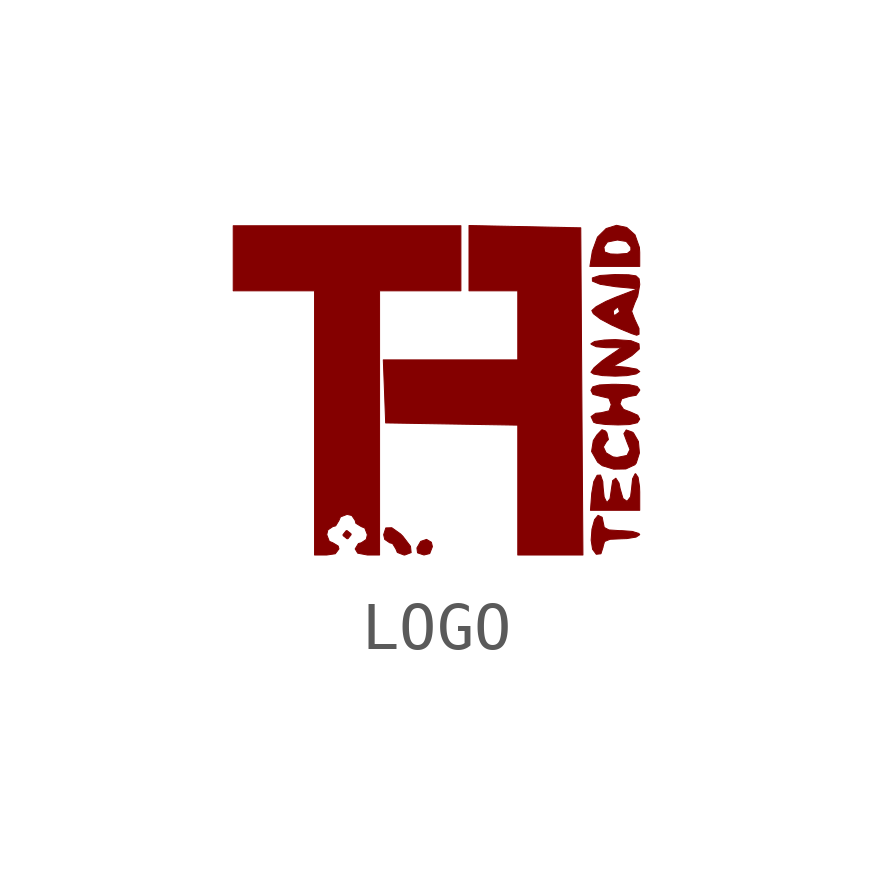
<source format=kicad_sym>
(kicad_symbol_lib
  (version 20220914)
  (generator "bitmap2component")
  (generator_version "8.0")
  (symbol "LOGO"
    (pin_names
      (offset 1.016))
    (property "Reference" "#G"
      (at 0 4.445 0)
      (effects (font (size 1.27 1.27)) hide))
    (symbol "LOGO_0_0"
      (polyline (pts (xy -2.023 -3.445) (xy -1.947 -3.344) (xy -1.962 -3.285) (xy -2.074 -3.217) (xy -2.148 -3.186) (xy -2.201 -3.048) (xy -2.178 -2.949) (xy -2.074 -2.879) (xy -2.015 -2.864) (xy -1.947 -2.752) (xy -1.916 -2.678) (xy -1.778 -2.625) (xy -1.679 -2.648) (xy -1.609 -2.752) (xy -1.594 -2.811) (xy -1.482 -2.879) (xy -1.408 -2.91) (xy -1.355 -3.048) (xy -1.378 -3.147) (xy -1.482 -3.217) (xy -1.541 -3.232) (xy -1.609 -3.344) (xy -1.556 -3.433) (xy -1.355 -3.471) (xy -1.101 -3.471) (xy -1.101 -0.72) (xy -1.101 2.032) (xy -0.254 2.032) (xy 0.593 2.032) (xy 0.593 2.709) (xy 0.593 3.387) (xy -1.778 3.387) (xy -4.149 3.387) (xy -4.149 2.709) (xy -4.149 2.032) (xy -3.302 2.032) (xy -2.455 2.032) (xy -2.455 -0.72) (xy -2.455 -3.471) (xy -2.201 -3.471) (xy -2.023 -3.445)) (stroke (width 0.01) (type default)) (fill (type outline)))
      (polyline (pts (xy -0.574 -3.471) (xy -0.443 -3.421) (xy -0.457 -3.289) (xy -0.614 -3.083) (xy -0.662 -3.034) (xy -0.846 -2.903) (xy -0.971 -2.907) (xy -1.016 -3.048) (xy -0.993 -3.147) (xy -0.889 -3.217) (xy -0.83 -3.232) (xy -0.762 -3.344) (xy -0.731 -3.418) (xy -0.593 -3.471) (xy -0.574 -3.471)) (stroke (width 0.01) (type default)) (fill (type outline)))
      (polyline (pts (xy -0.056 -3.441) (xy 0 -3.296) (xy -0.022 -3.205) (xy -0.122 -3.146) (xy -0.244 -3.187) (xy -0.323 -3.324) (xy -0.31 -3.426) (xy -0.176 -3.471) (xy -0.056 -3.441)) (stroke (width 0.01) (type default)) (fill (type outline)))
      (polyline (pts (xy 3.112 -0.064) (xy 3.09 3.344) (xy 1.926 3.368) (xy 0.762 3.392) (xy 0.762 2.712) (xy 0.762 2.032) (xy 1.27 2.032) (xy 1.778 2.032) (xy 1.778 1.312) (xy 1.778 0.593) (xy 0.377 0.593) (xy -1.023 0.593) (xy -0.998 -0.064) (xy -0.974 -0.72) (xy 0.402 -0.743) (xy 1.778 -0.766) (xy 1.778 -2.119) (xy 1.778 -3.471) (xy 2.456 -3.471) (xy 3.135 -3.471) (xy 3.112 -0.064)) (stroke (width 0.01) (type default)) (fill (type outline)))
      (polyline (pts (xy 3.51 -3.445) (xy 3.556 -3.302) (xy 3.556 -3.29) (xy 3.586 -3.19) (xy 3.699 -3.144) (xy 3.937 -3.133) (xy 4.051 -3.129) (xy 4.242 -3.098) (xy 4.318 -3.048) (xy 4.301 -3.023) (xy 4.164 -2.98) (xy 3.937 -2.963) (xy 3.893 -2.963) (xy 3.676 -2.949) (xy 3.579 -2.897) (xy 3.556 -2.787) (xy 3.536 -2.685) (xy 3.45 -2.645) (xy 3.377 -2.736) (xy 3.323 -2.932) (xy 3.306 -3.161) (xy 3.336 -3.352) (xy 3.413 -3.456) (xy 3.51 -3.445)) (stroke (width 0.01) (type default)) (fill (type outline)))
      (polyline (pts (xy -1.758 -3.13) (xy -1.693 -3.048) (xy -1.696 -3.028) (xy -1.778 -2.963) (xy -1.798 -2.966) (xy -1.863 -3.048) (xy -1.86 -3.068) (xy -1.778 -3.133) (xy -1.758 -3.13)) (stroke (width 0.01) (type default)) (fill (type outline)))
      (polyline (pts (xy 4.318 -2.159) (xy 4.314 -2.045) (xy 4.284 -1.854) (xy 4.233 -1.778) (xy 4.221 -1.781) (xy 4.169 -1.883) (xy 4.149 -2.081) (xy 4.127 -2.258) (xy 4.055 -2.352) (xy 3.97 -2.296) (xy 3.91 -2.089) (xy 3.887 -1.973) (xy 3.821 -1.871) (xy 3.755 -1.92) (xy 3.725 -2.117) (xy 3.725 -2.12) (xy 3.7 -2.297) (xy 3.641 -2.371) (xy 3.628 -2.367) (xy 3.577 -2.266) (xy 3.556 -2.067) (xy 3.549 -1.942) (xy 3.502 -1.806) (xy 3.431 -1.81) (xy 3.361 -1.941) (xy 3.318 -2.187) (xy 3.292 -2.54) (xy 3.805 -2.54) (xy 4.318 -2.54) (xy 4.318 -2.159)) (stroke (width 0.01) (type default)) (fill (type outline)))
      (polyline (pts (xy 4.028 -1.679) (xy 4.216 -1.592) (xy 4.246 -1.555) (xy 4.312 -1.346) (xy 4.291 -1.108) (xy 4.189 -0.93) (xy 4.166 -0.912) (xy 4.037 -0.866) (xy 3.988 -0.943) (xy 4.049 -1.108) (xy 4.114 -1.273) (xy 4.053 -1.397) (xy 3.845 -1.439) (xy 3.759 -1.427) (xy 3.617 -1.342) (xy 3.56 -1.219) (xy 3.624 -1.111) (xy 3.666 -1.066) (xy 3.635 -0.929) (xy 3.606 -0.889) (xy 3.531 -0.861) (xy 3.427 -0.969) (xy 3.351 -1.088) (xy 3.315 -1.315) (xy 3.442 -1.538) (xy 3.538 -1.611) (xy 3.775 -1.683) (xy 4.028 -1.679)) (stroke (width 0.01) (type default)) (fill (type outline)))
      (polyline (pts (xy 4.102 -0.754) (xy 4.269 -0.716) (xy 4.318 -0.641) (xy 4.277 -0.56) (xy 4.128 -0.493) (xy 3.982 -0.438) (xy 3.906 -0.326) (xy 3.943 -0.218) (xy 4.1 -0.169) (xy 4.244 -0.144) (xy 4.318 -0.042) (xy 4.317 -0.027) (xy 4.263 0.04) (xy 4.105 0.075) (xy 3.81 0.085) (xy 3.749 0.085) (xy 3.479 0.071) (xy 3.341 0.032) (xy 3.302 -0.042) (xy 3.343 -0.125) (xy 3.514 -0.169) (xy 3.676 -0.206) (xy 3.725 -0.339) (xy 3.68 -0.468) (xy 3.514 -0.508) (xy 3.401 -0.519) (xy 3.304 -0.588) (xy 3.358 -0.706) (xy 3.414 -0.727) (xy 3.603 -0.752) (xy 3.866 -0.762) (xy 4.102 -0.754)) (stroke (width 0.01) (type default)) (fill (type outline)))
      (polyline (pts (xy 4.05 0.265) (xy 4.245 0.301) (xy 4.319 0.35) (xy 4.257 0.401) (xy 4.043 0.439) (xy 3.768 0.466) (xy 4.043 0.616) (xy 4.153 0.682) (xy 4.31 0.821) (xy 4.303 0.927) (xy 4.136 0.993) (xy 3.81 1.016) (xy 3.58 1.007) (xy 3.379 0.977) (xy 3.302 0.931) (xy 3.307 0.916) (xy 3.414 0.867) (xy 3.618 0.847) (xy 3.934 0.847) (xy 3.618 0.632) (xy 3.528 0.568) (xy 3.366 0.428) (xy 3.302 0.336) (xy 3.358 0.298) (xy 3.542 0.266) (xy 3.81 0.254) (xy 4.05 0.265)) (stroke (width 0.01) (type default)) (fill (type outline)))
      (polyline (pts (xy 4.304 1.127) (xy 4.303 1.248) (xy 4.213 1.44) (xy 4.15 1.604) (xy 4.213 1.777) (xy 4.276 1.919) (xy 4.318 2.158) (xy 4.318 2.171) (xy 4.305 2.283) (xy 4.241 2.343) (xy 4.087 2.366) (xy 3.803 2.371) (xy 3.49 2.351) (xy 3.331 2.3) (xy 3.333 2.233) (xy 3.495 2.167) (xy 3.817 2.117) (xy 4.276 2.074) (xy 3.814 1.897) (xy 3.615 1.812) (xy 3.412 1.703) (xy 3.32 1.621) (xy 3.326 1.609) (xy 3.768 1.609) (xy 3.785 1.634) (xy 3.857 1.693) (xy 3.866 1.691) (xy 3.895 1.609) (xy 3.891 1.585) (xy 3.805 1.524) (xy 3.774 1.531) (xy 3.768 1.609) (xy 3.326 1.609) (xy 3.352 1.556) (xy 3.503 1.441) (xy 3.739 1.316) (xy 3.939 1.227) (xy 4.148 1.141) (xy 4.255 1.106) (xy 4.304 1.127)) (stroke (width 0.01) (type default)) (fill (type outline)))
      (polyline (pts (xy 4.318 2.83) (xy 4.312 2.934) (xy 4.22 3.197) (xy 4.048 3.351) (xy 3.835 3.396) (xy 3.619 3.329) (xy 3.438 3.15) (xy 3.362 2.942) (xy 3.572 2.942) (xy 3.644 3.048) (xy 3.852 3.09) (xy 4.038 3.06) (xy 4.133 2.942) (xy 4.134 2.871) (xy 4.058 2.81) (xy 3.852 2.794) (xy 3.705 2.8) (xy 3.586 2.842) (xy 3.572 2.942) (xy 3.362 2.942) (xy 3.331 2.857) (xy 3.28 2.54) (xy 3.799 2.54) (xy 4.318 2.54) (xy 4.318 2.83)) (stroke (width 0.01) (type default)) (fill (type outline))))))
</source>
